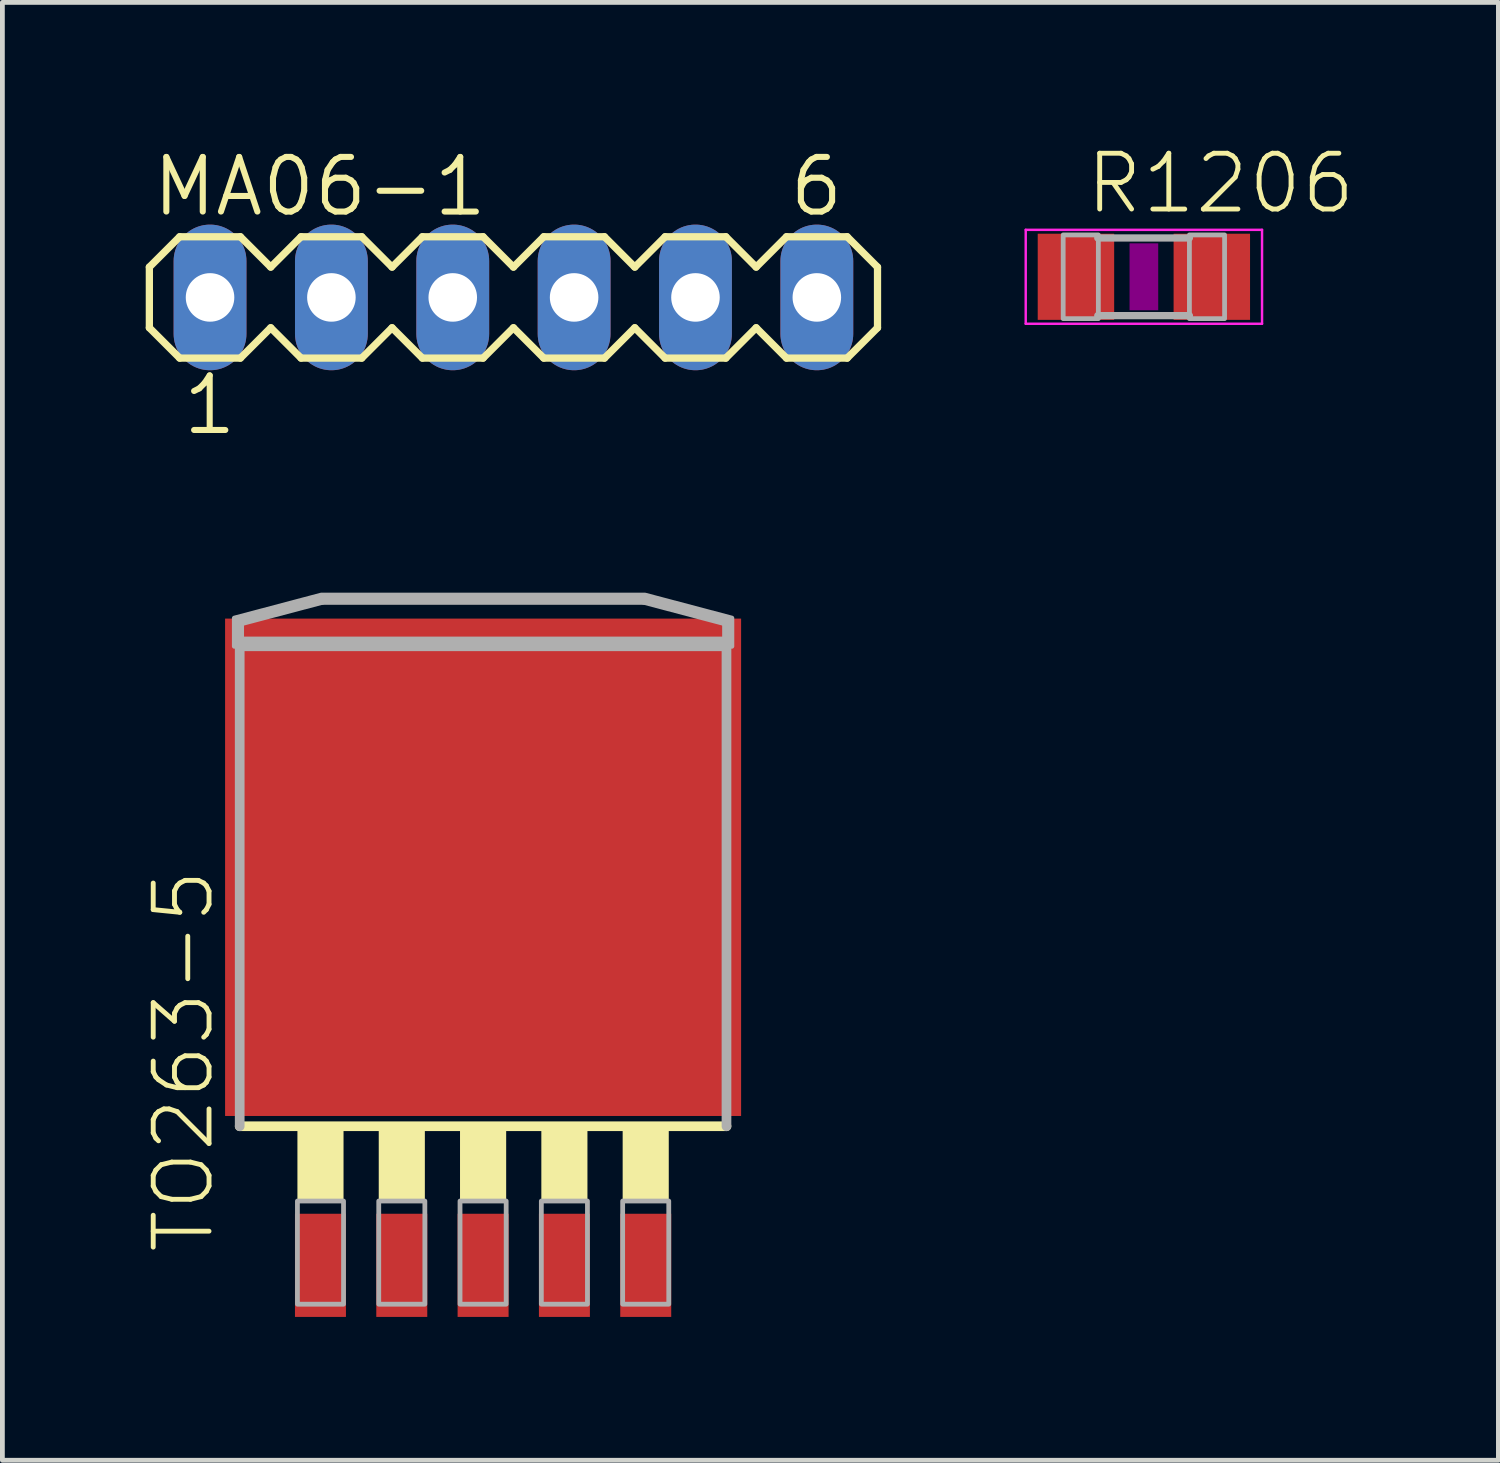
<source format=kicad_pcb>
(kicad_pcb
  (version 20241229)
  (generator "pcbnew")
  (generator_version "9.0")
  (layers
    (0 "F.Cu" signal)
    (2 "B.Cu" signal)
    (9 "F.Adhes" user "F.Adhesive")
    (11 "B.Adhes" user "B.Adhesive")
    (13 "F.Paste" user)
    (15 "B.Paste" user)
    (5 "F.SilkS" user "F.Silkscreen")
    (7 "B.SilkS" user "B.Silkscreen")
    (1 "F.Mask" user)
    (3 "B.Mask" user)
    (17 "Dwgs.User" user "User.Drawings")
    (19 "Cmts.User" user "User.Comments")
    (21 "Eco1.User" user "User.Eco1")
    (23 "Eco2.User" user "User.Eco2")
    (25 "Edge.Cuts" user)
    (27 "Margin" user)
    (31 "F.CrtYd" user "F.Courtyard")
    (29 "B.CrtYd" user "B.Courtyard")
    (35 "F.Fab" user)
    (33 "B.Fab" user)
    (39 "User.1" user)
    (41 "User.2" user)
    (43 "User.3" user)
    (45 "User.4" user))
  (footprint "MA06-1"
    (layer "F.Cu")
    (at 7.696 3.175)
    (property "Reference" "MA06-1" (at -7.62 -1.651 0) (layer "F.SilkS") (effects (font (size 1.143 1.143) (thickness 0.127)) (justify left bottom)))
    (fp_line (start -7.62 -0.635) (end -7.62 0.635) (stroke (width 0.152) (type solid)) (layer "F.SilkS"))
    (fp_line (start -7.62 0.635) (end -6.985 1.27) (stroke (width 0.152) (type solid)) (layer "F.SilkS"))
    (fp_line (start -6.985 -1.27) (end -7.62 -0.635) (stroke (width 0.152) (type solid)) (layer "F.SilkS"))
    (fp_line (start -6.985 -1.27) (end -5.715 -1.27) (stroke (width 0.152) (type solid)) (layer "F.SilkS"))
    (fp_line (start -5.715 -1.27) (end -5.08 -0.635) (stroke (width 0.152) (type solid)) (layer "F.SilkS"))
    (fp_line (start -5.715 1.27) (end -6.985 1.27) (stroke (width 0.152) (type solid)) (layer "F.SilkS"))
    (fp_line (start -5.08 -0.635) (end -4.445 -1.27) (stroke (width 0.152) (type solid)) (layer "F.SilkS"))
    (fp_line (start -5.08 0.635) (end -5.715 1.27) (stroke (width 0.152) (type solid)) (layer "F.SilkS"))
    (fp_line (start -4.445 -1.27) (end -3.175 -1.27) (stroke (width 0.152) (type solid)) (layer "F.SilkS"))
    (fp_line (start -4.445 1.27) (end -5.08 0.635) (stroke (width 0.152) (type solid)) (layer "F.SilkS"))
    (fp_line (start -3.175 -1.27) (end -2.54 -0.635) (stroke (width 0.152) (type solid)) (layer "F.SilkS"))
    (fp_line (start -3.175 1.27) (end -4.445 1.27) (stroke (width 0.152) (type solid)) (layer "F.SilkS"))
    (fp_line (start -2.54 -0.635) (end -1.905 -1.27) (stroke (width 0.152) (type solid)) (layer "F.SilkS"))
    (fp_line (start -2.54 0.635) (end -3.175 1.27) (stroke (width 0.152) (type solid)) (layer "F.SilkS"))
    (fp_line (start -1.905 -1.27) (end -0.635 -1.27) (stroke (width 0.152) (type solid)) (layer "F.SilkS"))
    (fp_line (start -1.905 1.27) (end -2.54 0.635) (stroke (width 0.152) (type solid)) (layer "F.SilkS"))
    (fp_line (start -0.635 -1.27) (end 0 -0.635) (stroke (width 0.152) (type solid)) (layer "F.SilkS"))
    (fp_line (start -0.635 1.27) (end -1.905 1.27) (stroke (width 0.152) (type solid)) (layer "F.SilkS"))
    (fp_line (start 0 0.635) (end -0.635 1.27) (stroke (width 0.152) (type solid)) (layer "F.SilkS"))
    (fp_line (start 0 0.635) (end 0.635 1.27) (stroke (width 0.152) (type solid)) (layer "F.SilkS"))
    (fp_line (start 0.635 -1.27) (end 0 -0.635) (stroke (width 0.152) (type solid)) (layer "F.SilkS"))
    (fp_line (start 0.635 -1.27) (end 1.905 -1.27) (stroke (width 0.152) (type solid)) (layer "F.SilkS"))
    (fp_line (start 1.905 -1.27) (end 2.54 -0.635) (stroke (width 0.152) (type solid)) (layer "F.SilkS"))
    (fp_line (start 1.905 1.27) (end 0.635 1.27) (stroke (width 0.152) (type solid)) (layer "F.SilkS"))
    (fp_line (start 2.54 -0.635) (end 3.175 -1.27) (stroke (width 0.152) (type solid)) (layer "F.SilkS"))
    (fp_line (start 2.54 0.635) (end 1.905 1.27) (stroke (width 0.152) (type solid)) (layer "F.SilkS"))
    (fp_line (start 3.175 -1.27) (end 4.445 -1.27) (stroke (width 0.152) (type solid)) (layer "F.SilkS"))
    (fp_line (start 3.175 1.27) (end 2.54 0.635) (stroke (width 0.152) (type solid)) (layer "F.SilkS"))
    (fp_line (start 4.445 -1.27) (end 5.08 -0.635) (stroke (width 0.152) (type solid)) (layer "F.SilkS"))
    (fp_line (start 4.445 1.27) (end 3.175 1.27) (stroke (width 0.152) (type solid)) (layer "F.SilkS"))
    (fp_line (start 5.08 -0.635) (end 5.715 -1.27) (stroke (width 0.152) (type solid)) (layer "F.SilkS"))
    (fp_line (start 5.08 0.635) (end 4.445 1.27) (stroke (width 0.152) (type solid)) (layer "F.SilkS"))
    (fp_line (start 5.715 -1.27) (end 6.985 -1.27) (stroke (width 0.152) (type solid)) (layer "F.SilkS"))
    (fp_line (start 5.715 1.27) (end 5.08 0.635) (stroke (width 0.152) (type solid)) (layer "F.SilkS"))
    (fp_line (start 6.985 -1.27) (end 7.62 -0.635) (stroke (width 0.152) (type solid)) (layer "F.SilkS"))
    (fp_line (start 6.985 1.27) (end 5.715 1.27) (stroke (width 0.152) (type solid)) (layer "F.SilkS"))
    (fp_line (start 7.62 -0.635) (end 7.62 0.635) (stroke (width 0.152) (type solid)) (layer "F.SilkS"))
    (fp_line (start 7.62 0.635) (end 6.985 1.27) (stroke (width 0.152) (type solid)) (layer "F.SilkS"))
    (fp_poly (pts (xy -6.604 0.254) (xy -6.096 0.254) (xy -6.096 -0.254) (xy -6.604 -0.254)) (stroke (width 0.1) (type default)) (fill no) (layer "F.Fab"))
    (fp_poly (pts (xy -4.064 0.254) (xy -3.556 0.254) (xy -3.556 -0.254) (xy -4.064 -0.254)) (stroke (width 0.1) (type default)) (fill no) (layer "F.Fab"))
    (fp_poly (pts (xy -1.524 0.254) (xy -1.016 0.254) (xy -1.016 -0.254) (xy -1.524 -0.254)) (stroke (width 0.1) (type default)) (fill no) (layer "F.Fab"))
    (fp_poly (pts (xy 1.016 0.254) (xy 1.524 0.254) (xy 1.524 -0.254) (xy 1.016 -0.254)) (stroke (width 0.1) (type default)) (fill no) (layer "F.Fab"))
    (fp_poly (pts (xy 3.556 0.254) (xy 4.064 0.254) (xy 4.064 -0.254) (xy 3.556 -0.254)) (stroke (width 0.1) (type default)) (fill no) (layer "F.Fab"))
    (fp_poly (pts (xy 6.096 0.254) (xy 6.604 0.254) (xy 6.604 -0.254) (xy 6.096 -0.254)) (stroke (width 0.1) (type default)) (fill no) (layer "F.Fab"))
    (fp_text user "6" (at 5.715 -1.651 0) (layer "F.SilkS") (effects (font (size 1.143 1.143) (thickness 0.127)) (justify left bottom)))
    (fp_text user "1" (at -6.985 2.921 0) (layer "F.SilkS") (effects (font (size 1.143 1.143) (thickness 0.127)) (justify left bottom)))
    (pad "1" thru_hole oval (at -6.35 0 90) (size 3.048 1.524) (drill 1.016) (layers "*.Cu" "*.Mask"))
    (pad "2" thru_hole oval (at -3.81 0 90) (size 3.048 1.524) (drill 1.016) (layers "*.Cu" "*.Mask"))
    (pad "3" thru_hole oval (at -1.27 0 90) (size 3.048 1.524) (drill 1.016) (layers "*.Cu" "*.Mask"))
    (pad "4" thru_hole oval (at 1.27 0 90) (size 3.048 1.524) (drill 1.016) (layers "*.Cu" "*.Mask"))
    (pad "5" thru_hole oval (at 3.81 0 90) (size 3.048 1.524) (drill 1.016) (layers "*.Cu" "*.Mask"))
    (pad "6" thru_hole oval (at 6.35 0 90) (size 3.048 1.524) (drill 1.016) (layers "*.Cu" "*.Mask")))
  (footprint "R1206"
    (layer "F.Cu")
    (at 20.891 2.743)
    (property "Reference" "R1206" (at -1.27 -1.27 0) (layer "F.SilkS") (effects (font (size 1.168 1.168) (thickness 0.102)) (justify left bottom)))
    (fp_poly (pts (xy -0.3 0.7) (xy 0.3 0.7) (xy 0.3 -0.7) (xy -0.3 -0.7)) (stroke (width 0) (type default)) (fill yes) (layer "F.Adhes"))
    (fp_line (start -2.473 -0.983) (end 2.473 -0.983) (stroke (width 0.051) (type solid)) (layer "F.CrtYd"))
    (fp_line (start -2.473 0.983) (end -2.473 -0.983) (stroke (width 0.051) (type solid)) (layer "F.CrtYd"))
    (fp_line (start 2.473 -0.983) (end 2.473 0.983) (stroke (width 0.051) (type solid)) (layer "F.CrtYd"))
    (fp_line (start 2.473 0.983) (end -2.473 0.983) (stroke (width 0.051) (type solid)) (layer "F.CrtYd"))
    (fp_line (start 0.953 -0.813) (end -0.965 -0.813) (stroke (width 0.152) (type solid)) (layer "F.Fab"))
    (fp_line (start 0.953 0.813) (end -0.965 0.813) (stroke (width 0.152) (type solid)) (layer "F.Fab"))
    (fp_poly (pts (xy -1.689 0.876) (xy -0.953 0.876) (xy -0.953 -0.876) (xy -1.689 -0.876)) (stroke (width 0.1) (type default)) (fill no) (layer "F.Fab"))
    (fp_poly (pts (xy 0.953 0.876) (xy 1.689 0.876) (xy 1.689 -0.876) (xy 0.953 -0.876)) (stroke (width 0.1) (type default)) (fill no) (layer "F.Fab"))
    (pad "1" smd rect (at -1.422 0) (size 1.6 1.803) (layers "F.Cu" "F.Mask" "F.Paste"))
    (pad "2" smd rect (at 1.422 0) (size 1.6 1.803) (layers "F.Cu" "F.Mask" "F.Paste")))
  (footprint "TO263-5"
    (layer "F.Cu")
    (at 7.061 17.642)
    (property "Reference" "TO263-5" (at -5.588 5.588 90) (layer "F.SilkS") (effects (font (size 1.168 1.168) (thickness 0.102)) (justify left bottom)))
    (fp_line (start 5.094 2.88) (end -5.094 2.88) (stroke (width 0.203) (type solid)) (layer "F.SilkS"))
    (fp_poly (pts (xy -3.886 4.47) (xy -2.921 4.47) (xy -2.921 2.794) (xy -3.886 2.794)) (stroke (width 0) (type default)) (fill yes) (layer "F.SilkS"))
    (fp_poly (pts (xy -2.184 4.47) (xy -1.219 4.47) (xy -1.219 2.794) (xy -2.184 2.794)) (stroke (width 0) (type default)) (fill yes) (layer "F.SilkS"))
    (fp_poly (pts (xy -0.483 4.47) (xy 0.483 4.47) (xy 0.483 2.794) (xy -0.483 2.794)) (stroke (width 0) (type default)) (fill yes) (layer "F.SilkS"))
    (fp_poly (pts (xy 1.219 4.47) (xy 2.184 4.47) (xy 2.184 2.794) (xy 1.219 2.794)) (stroke (width 0) (type default)) (fill yes) (layer "F.SilkS"))
    (fp_poly (pts (xy 2.921 4.47) (xy 3.886 4.47) (xy 3.886 2.794) (xy 2.921 2.794)) (stroke (width 0) (type default)) (fill yes) (layer "F.SilkS"))
    (fp_line (start -5.105 -7.678) (end -3.378 -8.135) (stroke (width 0.203) (type solid)) (layer "F.Fab"))
    (fp_line (start -5.105 -7.267) (end -5.105 -7.678) (stroke (width 0.203) (type solid)) (layer "F.Fab"))
    (fp_line (start -5.094 -7.165) (end 5.094 -7.165) (stroke (width 0.203) (type solid)) (layer "F.Fab"))
    (fp_line (start -5.094 2.88) (end -5.094 -7.165) (stroke (width 0.203) (type solid)) (layer "F.Fab"))
    (fp_line (start -3.378 -8.135) (end 3.378 -8.135) (stroke (width 0.203) (type solid)) (layer "F.Fab"))
    (fp_line (start 3.378 -8.135) (end 5.105 -7.678) (stroke (width 0.203) (type solid)) (layer "F.Fab"))
    (fp_line (start 5.094 -7.165) (end 5.094 2.88) (stroke (width 0.203) (type solid)) (layer "F.Fab"))
    (fp_line (start 5.105 -7.678) (end 5.105 -7.267) (stroke (width 0.203) (type solid)) (layer "F.Fab"))
    (fp_line (start 5.105 -7.267) (end -5.105 -7.267) (stroke (width 0.203) (type solid)) (layer "F.Fab"))
    (fp_poly (pts (xy -3.886 6.604) (xy -2.921 6.604) (xy -2.921 4.445) (xy -3.886 4.445)) (stroke (width 0.1) (type default)) (fill no) (layer "F.Fab"))
    (fp_poly (pts (xy -2.184 6.604) (xy -1.219 6.604) (xy -1.219 4.445) (xy -2.184 4.445)) (stroke (width 0.1) (type default)) (fill no) (layer "F.Fab"))
    (fp_poly (pts (xy -0.483 6.604) (xy 0.483 6.604) (xy 0.483 4.445) (xy -0.483 4.445)) (stroke (width 0.1) (type default)) (fill no) (layer "F.Fab"))
    (fp_poly (pts (xy 1.219 6.604) (xy 2.184 6.604) (xy 2.184 4.445) (xy 1.219 4.445)) (stroke (width 0.1) (type default)) (fill no) (layer "F.Fab"))
    (fp_poly (pts (xy 2.921 6.604) (xy 3.886 6.604) (xy 3.886 4.445) (xy 2.921 4.445)) (stroke (width 0.1) (type default)) (fill no) (layer "F.Fab"))
    (fp_poly (pts (xy 5.207 -7.756) (xy 5.207 -7.165) (xy -5.207 -7.165) (xy -5.207 -7.756) (xy -3.391 -8.237) (xy 3.391 -8.237)) (stroke (width 0.1) (type default)) (fill no) (layer "F.Fab"))
    (pad "1" smd rect (at -3.404 5.791) (size 1.067 2.159) (layers "F.Cu" "F.Mask" "F.Paste"))
    (pad "2" smd rect (at -1.702 5.791) (size 1.067 2.159) (layers "F.Cu" "F.Mask" "F.Paste"))
    (pad "3" smd rect (at 0 5.791) (size 1.067 2.159) (layers "F.Cu" "F.Mask" "F.Paste"))
    (pad "4" smd rect (at 1.702 5.791) (size 1.067 2.159) (layers "F.Cu" "F.Mask" "F.Paste"))
    (pad "5" smd rect (at 3.404 5.791) (size 1.067 2.159) (layers "F.Cu" "F.Mask" "F.Paste"))
    (pad "6" smd rect (at 0 -2.54) (size 10.8 10.41) (layers "F.Cu" "F.Mask" "F.Paste")))
  (gr_rect
    (start -3 -3)
    (end 28.311 27.513)
    (stroke (width 0.1) (type default))
    (fill no)
    (layer "Edge.Cuts")))
</source>
